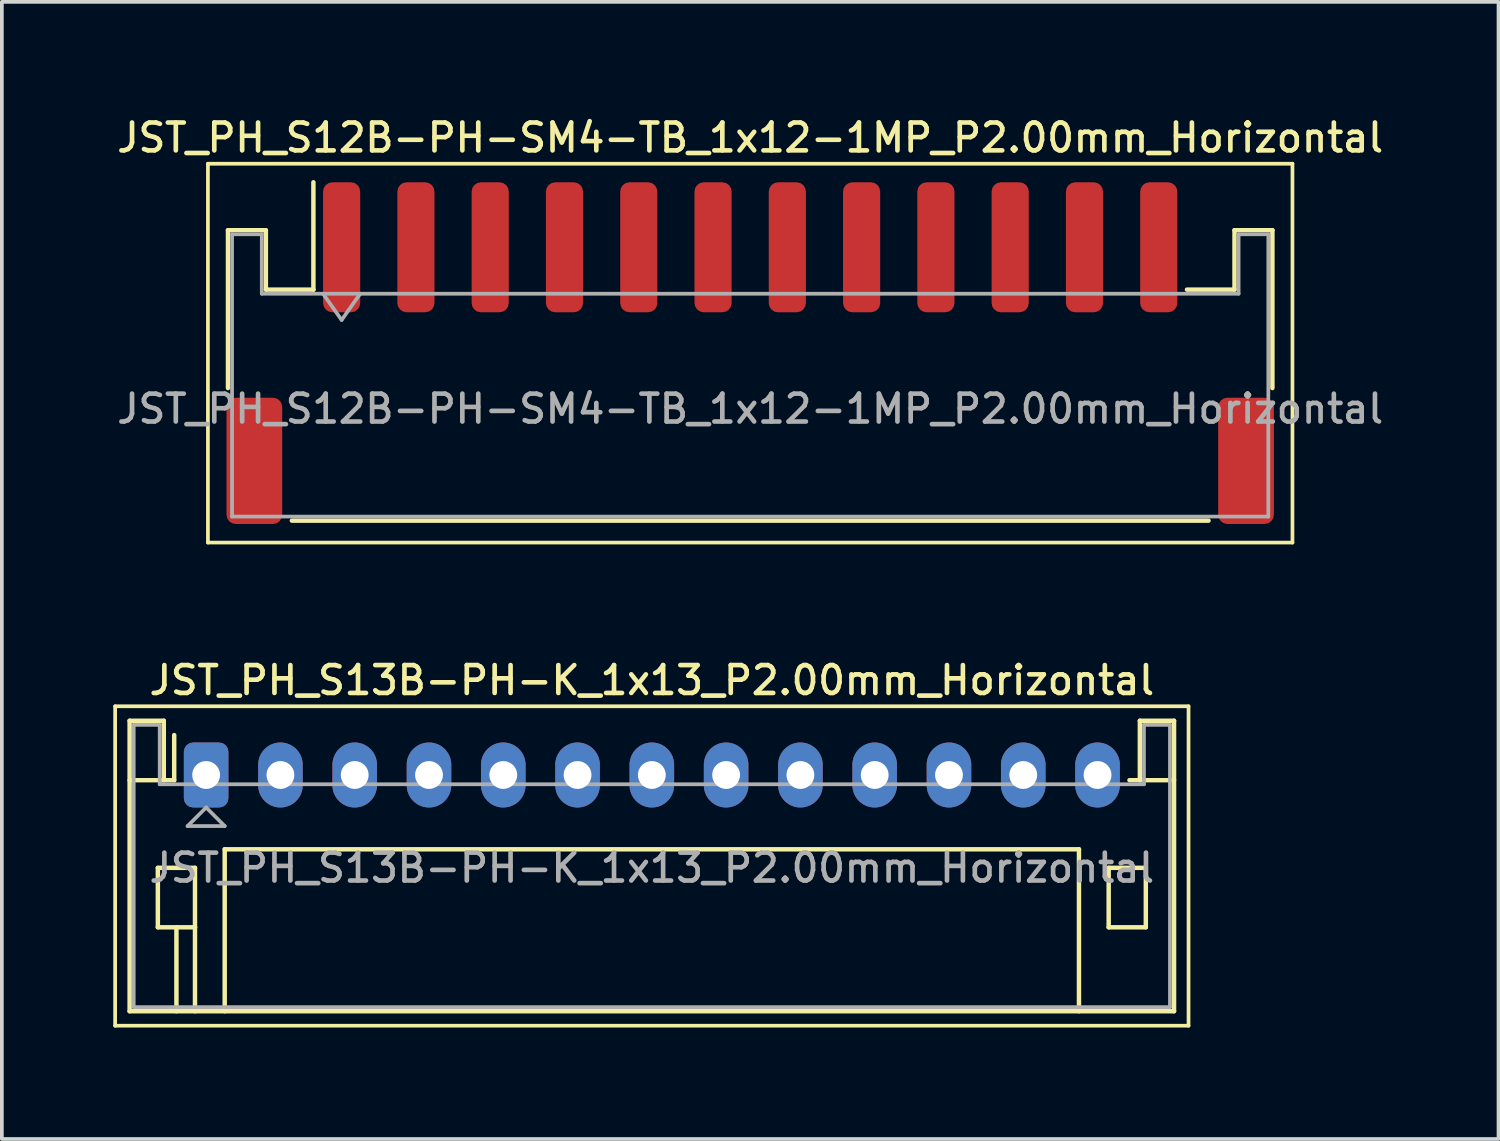
<source format=kicad_pcb>
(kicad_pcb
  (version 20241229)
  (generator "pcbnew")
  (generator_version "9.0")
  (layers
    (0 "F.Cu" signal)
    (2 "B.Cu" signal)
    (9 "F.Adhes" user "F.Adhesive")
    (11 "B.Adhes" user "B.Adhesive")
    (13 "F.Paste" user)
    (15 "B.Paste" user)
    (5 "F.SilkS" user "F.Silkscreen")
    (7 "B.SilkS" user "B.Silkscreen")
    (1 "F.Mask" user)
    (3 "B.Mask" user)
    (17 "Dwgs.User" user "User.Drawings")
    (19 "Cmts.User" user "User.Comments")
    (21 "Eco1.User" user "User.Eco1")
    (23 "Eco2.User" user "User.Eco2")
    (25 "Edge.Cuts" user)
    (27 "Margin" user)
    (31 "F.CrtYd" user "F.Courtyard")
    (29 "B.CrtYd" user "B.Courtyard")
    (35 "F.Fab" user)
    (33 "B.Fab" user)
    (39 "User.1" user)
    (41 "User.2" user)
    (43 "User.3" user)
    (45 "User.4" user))
  (footprint "JST_PH_S13B-PH-K_1x13_P2.00mm_Horizontal"
    (layer "F.Cu")
    (at 2.5 17.816)
    (property "Reference" "JST_PH_S13B-PH-K_1x13_P2.00mm_Horizontal" (at 12 -2.55 0) (layer "F.SilkS") (effects (font (size 0.75 0.75) (thickness 0.125))))
    (attr through_hole)
    (fp_line (start -2.45 -1.85) (end -2.45 6.75) (stroke (width 0.1) (type solid)) (layer "F.SilkS"))
    (fp_line (start -2.45 6.75) (end 26.45 6.75) (stroke (width 0.1) (type solid)) (layer "F.SilkS"))
    (fp_line (start -2.06 -1.46) (end -2.06 6.36) (stroke (width 0.12) (type solid)) (layer "F.SilkS"))
    (fp_line (start -2.06 0.14) (end -1.14 0.14) (stroke (width 0.12) (type solid)) (layer "F.SilkS"))
    (fp_line (start -2.06 6.36) (end 26.06 6.36) (stroke (width 0.12) (type solid)) (layer "F.SilkS"))
    (fp_line (start -1.3 2.5) (end -1.3 4.1) (stroke (width 0.12) (type solid)) (layer "F.SilkS"))
    (fp_line (start -1.3 4.1) (end -0.3 4.1) (stroke (width 0.12) (type solid)) (layer "F.SilkS"))
    (fp_line (start -1.14 -1.46) (end -2.06 -1.46) (stroke (width 0.12) (type solid)) (layer "F.SilkS"))
    (fp_line (start -1.14 0.14) (end -1.14 -1.46) (stroke (width 0.12) (type solid)) (layer "F.SilkS"))
    (fp_line (start -0.86 0.14) (end -1.14 0.14) (stroke (width 0.12) (type solid)) (layer "F.SilkS"))
    (fp_line (start -0.86 0.14) (end -0.86 -1.075) (stroke (width 0.12) (type solid)) (layer "F.SilkS"))
    (fp_line (start -0.8 4.1) (end -0.8 6.36) (stroke (width 0.12) (type solid)) (layer "F.SilkS"))
    (fp_line (start -0.3 2.5) (end -1.3 2.5) (stroke (width 0.12) (type solid)) (layer "F.SilkS"))
    (fp_line (start -0.3 4.1) (end -0.3 2.5) (stroke (width 0.12) (type solid)) (layer "F.SilkS"))
    (fp_line (start -0.3 4.1) (end -0.3 6.36) (stroke (width 0.12) (type solid)) (layer "F.SilkS"))
    (fp_line (start 0.5 2) (end 23.5 2) (stroke (width 0.12) (type solid)) (layer "F.SilkS"))
    (fp_line (start 0.5 6.36) (end 0.5 2) (stroke (width 0.12) (type solid)) (layer "F.SilkS"))
    (fp_line (start 23.5 2) (end 23.5 6.36) (stroke (width 0.12) (type solid)) (layer "F.SilkS"))
    (fp_line (start 24.3 2.5) (end 25.3 2.5) (stroke (width 0.12) (type solid)) (layer "F.SilkS"))
    (fp_line (start 24.3 4.1) (end 24.3 2.5) (stroke (width 0.12) (type solid)) (layer "F.SilkS"))
    (fp_line (start 25.14 -1.46) (end 25.14 0.14) (stroke (width 0.12) (type solid)) (layer "F.SilkS"))
    (fp_line (start 25.14 0.14) (end 24.86 0.14) (stroke (width 0.12) (type solid)) (layer "F.SilkS"))
    (fp_line (start 25.3 2.5) (end 25.3 4.1) (stroke (width 0.12) (type solid)) (layer "F.SilkS"))
    (fp_line (start 25.3 4.1) (end 24.3 4.1) (stroke (width 0.12) (type solid)) (layer "F.SilkS"))
    (fp_line (start 26.06 -1.46) (end 25.14 -1.46) (stroke (width 0.12) (type solid)) (layer "F.SilkS"))
    (fp_line (start 26.06 0.14) (end 25.14 0.14) (stroke (width 0.12) (type solid)) (layer "F.SilkS"))
    (fp_line (start 26.06 6.36) (end 26.06 -1.46) (stroke (width 0.12) (type solid)) (layer "F.SilkS"))
    (fp_line (start 26.45 -1.85) (end -2.45 -1.85) (stroke (width 0.1) (type solid)) (layer "F.SilkS"))
    (fp_line (start 26.45 6.75) (end 26.45 -1.85) (stroke (width 0.1) (type solid)) (layer "F.SilkS"))
    (fp_line (start -1.95 -1.35) (end -1.95 6.25) (stroke (width 0.1) (type solid)) (layer "F.Fab"))
    (fp_line (start -1.95 6.25) (end 25.95 6.25) (stroke (width 0.1) (type solid)) (layer "F.Fab"))
    (fp_line (start -1.25 -1.35) (end -1.95 -1.35) (stroke (width 0.1) (type solid)) (layer "F.Fab"))
    (fp_line (start -1.25 0.25) (end -1.25 -1.35) (stroke (width 0.1) (type solid)) (layer "F.Fab"))
    (fp_line (start -0.5 1.375) (end 0.5 1.375) (stroke (width 0.1) (type solid)) (layer "F.Fab"))
    (fp_line (start 0 0.875) (end -0.5 1.375) (stroke (width 0.1) (type solid)) (layer "F.Fab"))
    (fp_line (start 0.5 1.375) (end 0 0.875) (stroke (width 0.1) (type solid)) (layer "F.Fab"))
    (fp_line (start 25.25 -1.35) (end 25.25 0.25) (stroke (width 0.1) (type solid)) (layer "F.Fab"))
    (fp_line (start 25.25 0.25) (end -1.25 0.25) (stroke (width 0.1) (type solid)) (layer "F.Fab"))
    (fp_line (start 25.95 -1.35) (end 25.25 -1.35) (stroke (width 0.1) (type solid)) (layer "F.Fab"))
    (fp_line (start 25.95 6.25) (end 25.95 -1.35) (stroke (width 0.1) (type solid)) (layer "F.Fab"))
    (fp_text user "${REFERENCE}" (at 12 2.5 0) (layer "F.Fab") (effects (font (size 0.75 0.75) (thickness 0.125))))
    (pad "1" thru_hole roundrect (at 0 0) (size 1.2 1.75) (drill 0.75) (layers "*.Cu" "*.Mask") (roundrect_rratio 0.208))
    (pad "2" thru_hole oval (at 2 0) (size 1.2 1.75) (drill 0.75) (layers "*.Cu" "*.Mask"))
    (pad "3" thru_hole oval (at 4 0) (size 1.2 1.75) (drill 0.75) (layers "*.Cu" "*.Mask"))
    (pad "4" thru_hole oval (at 6 0) (size 1.2 1.75) (drill 0.75) (layers "*.Cu" "*.Mask"))
    (pad "5" thru_hole oval (at 8 0) (size 1.2 1.75) (drill 0.75) (layers "*.Cu" "*.Mask"))
    (pad "6" thru_hole oval (at 10 0) (size 1.2 1.75) (drill 0.75) (layers "*.Cu" "*.Mask"))
    (pad "7" thru_hole oval (at 12 0) (size 1.2 1.75) (drill 0.75) (layers "*.Cu" "*.Mask"))
    (pad "8" thru_hole oval (at 14 0) (size 1.2 1.75) (drill 0.75) (layers "*.Cu" "*.Mask"))
    (pad "9" thru_hole oval (at 16 0) (size 1.2 1.75) (drill 0.75) (layers "*.Cu" "*.Mask"))
    (pad "10" thru_hole oval (at 18 0) (size 1.2 1.75) (drill 0.75) (layers "*.Cu" "*.Mask"))
    (pad "11" thru_hole oval (at 20 0) (size 1.2 1.75) (drill 0.75) (layers "*.Cu" "*.Mask"))
    (pad "12" thru_hole oval (at 22 0) (size 1.2 1.75) (drill 0.75) (layers "*.Cu" "*.Mask"))
    (pad "13" thru_hole oval (at 24 0) (size 1.2 1.75) (drill 0.75) (layers "*.Cu" "*.Mask")))
  (footprint "JST_PH_S12B-PH-SM4-TB_1x12-1MP_P2.00mm_Horizontal"
    (layer "F.Cu")
    (at 17.148 6.458)
    (property "Reference" "JST_PH_S12B-PH-SM4-TB_1x12-1MP_P2.00mm_Horizontal" (at 0 -5.8 0) (layer "F.SilkS") (effects (font (size 0.75 0.75) (thickness 0.125))))
    (attr smd)
    (fp_line (start -14.6 -5.1) (end -14.6 5.1) (stroke (width 0.1) (type solid)) (layer "F.SilkS"))
    (fp_line (start -14.6 5.1) (end 14.6 5.1) (stroke (width 0.1) (type solid)) (layer "F.SilkS"))
    (fp_line (start -14.06 -3.31) (end -13.04 -3.31) (stroke (width 0.12) (type solid)) (layer "F.SilkS"))
    (fp_line (start -14.06 0.94) (end -14.06 -3.31) (stroke (width 0.12) (type solid)) (layer "F.SilkS"))
    (fp_line (start -13.04 -3.31) (end -13.04 -1.71) (stroke (width 0.12) (type solid)) (layer "F.SilkS"))
    (fp_line (start -13.04 -1.71) (end -11.76 -1.71) (stroke (width 0.12) (type solid)) (layer "F.SilkS"))
    (fp_line (start -12.34 4.51) (end 12.34 4.51) (stroke (width 0.12) (type solid)) (layer "F.SilkS"))
    (fp_line (start -11.76 -1.71) (end -11.76 -4.6) (stroke (width 0.12) (type solid)) (layer "F.SilkS"))
    (fp_line (start 13.04 -3.31) (end 13.04 -1.71) (stroke (width 0.12) (type solid)) (layer "F.SilkS"))
    (fp_line (start 13.04 -1.71) (end 11.76 -1.71) (stroke (width 0.12) (type solid)) (layer "F.SilkS"))
    (fp_line (start 14.06 -3.31) (end 13.04 -3.31) (stroke (width 0.12) (type solid)) (layer "F.SilkS"))
    (fp_line (start 14.06 0.94) (end 14.06 -3.31) (stroke (width 0.12) (type solid)) (layer "F.SilkS"))
    (fp_line (start 14.6 -5.1) (end -14.6 -5.1) (stroke (width 0.1) (type solid)) (layer "F.SilkS"))
    (fp_line (start 14.6 5.1) (end 14.6 -5.1) (stroke (width 0.1) (type solid)) (layer "F.SilkS"))
    (fp_line (start -13.95 -3.2) (end -13.95 4.4) (stroke (width 0.1) (type solid)) (layer "F.Fab"))
    (fp_line (start -13.95 -3.2) (end -13.15 -3.2) (stroke (width 0.1) (type solid)) (layer "F.Fab"))
    (fp_line (start -13.95 4.4) (end 13.95 4.4) (stroke (width 0.1) (type solid)) (layer "F.Fab"))
    (fp_line (start -13.15 -3.2) (end -13.15 -1.6) (stroke (width 0.1) (type solid)) (layer "F.Fab"))
    (fp_line (start -13.15 -1.6) (end 13.15 -1.6) (stroke (width 0.1) (type solid)) (layer "F.Fab"))
    (fp_line (start -11.5 -1.6) (end -11 -0.893) (stroke (width 0.1) (type solid)) (layer "F.Fab"))
    (fp_line (start -11 -0.893) (end -10.5 -1.6) (stroke (width 0.1) (type solid)) (layer "F.Fab"))
    (fp_line (start 13.15 -3.2) (end 13.95 -3.2) (stroke (width 0.1) (type solid)) (layer "F.Fab"))
    (fp_line (start 13.15 -1.6) (end 13.15 -3.2) (stroke (width 0.1) (type solid)) (layer "F.Fab"))
    (fp_line (start 13.95 -3.2) (end 13.95 4.4) (stroke (width 0.1) (type solid)) (layer "F.Fab"))
    (fp_text user "${REFERENCE}" (at 0 1.5 0) (layer "F.Fab") (effects (font (size 0.75 0.75) (thickness 0.125))))
    (pad "1" smd roundrect (at -11 -2.85) (size 1 3.5) (layers "F.Cu" "F.Mask" "F.Paste") (roundrect_rratio 0.25))
    (pad "2" smd roundrect (at -9 -2.85) (size 1 3.5) (layers "F.Cu" "F.Mask" "F.Paste") (roundrect_rratio 0.25))
    (pad "3" smd roundrect (at -7 -2.85) (size 1 3.5) (layers "F.Cu" "F.Mask" "F.Paste") (roundrect_rratio 0.25))
    (pad "4" smd roundrect (at -5 -2.85) (size 1 3.5) (layers "F.Cu" "F.Mask" "F.Paste") (roundrect_rratio 0.25))
    (pad "5" smd roundrect (at -3 -2.85) (size 1 3.5) (layers "F.Cu" "F.Mask" "F.Paste") (roundrect_rratio 0.25))
    (pad "6" smd roundrect (at -1 -2.85) (size 1 3.5) (layers "F.Cu" "F.Mask" "F.Paste") (roundrect_rratio 0.25))
    (pad "7" smd roundrect (at 1 -2.85) (size 1 3.5) (layers "F.Cu" "F.Mask" "F.Paste") (roundrect_rratio 0.25))
    (pad "8" smd roundrect (at 3 -2.85) (size 1 3.5) (layers "F.Cu" "F.Mask" "F.Paste") (roundrect_rratio 0.25))
    (pad "9" smd roundrect (at 5 -2.85) (size 1 3.5) (layers "F.Cu" "F.Mask" "F.Paste") (roundrect_rratio 0.25))
    (pad "10" smd roundrect (at 7 -2.85) (size 1 3.5) (layers "F.Cu" "F.Mask" "F.Paste") (roundrect_rratio 0.25))
    (pad "11" smd roundrect (at 9 -2.85) (size 1 3.5) (layers "F.Cu" "F.Mask" "F.Paste") (roundrect_rratio 0.25))
    (pad "12" smd roundrect (at 11 -2.85) (size 1 3.5) (layers "F.Cu" "F.Mask" "F.Paste") (roundrect_rratio 0.25))
    (pad "MP" smd roundrect (at -13.35 2.9) (size 1.5 3.4) (layers "F.Cu" "F.Mask" "F.Paste") (roundrect_rratio 0.167))
    (pad "MP" smd roundrect (at 13.35 2.9) (size 1.5 3.4) (layers "F.Cu" "F.Mask" "F.Paste") (roundrect_rratio 0.167)))
  (gr_rect
    (start -3 -3)
    (end 37.296 27.616)
    (stroke (width 0.1) (type default))
    (fill no)
    (layer "Edge.Cuts")))
</source>
